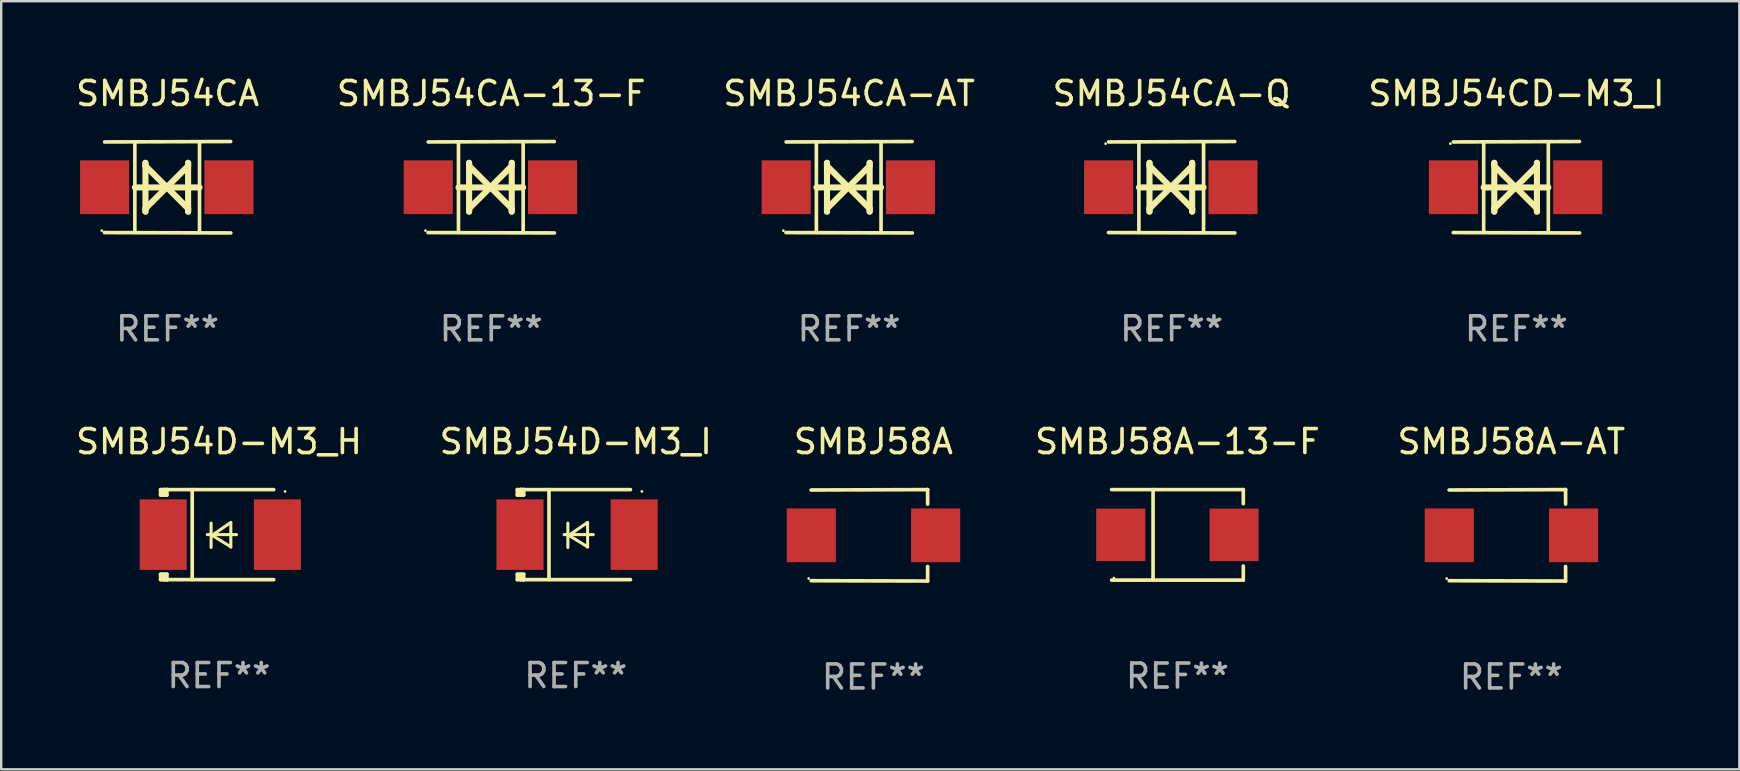
<source format=kicad_pcb>
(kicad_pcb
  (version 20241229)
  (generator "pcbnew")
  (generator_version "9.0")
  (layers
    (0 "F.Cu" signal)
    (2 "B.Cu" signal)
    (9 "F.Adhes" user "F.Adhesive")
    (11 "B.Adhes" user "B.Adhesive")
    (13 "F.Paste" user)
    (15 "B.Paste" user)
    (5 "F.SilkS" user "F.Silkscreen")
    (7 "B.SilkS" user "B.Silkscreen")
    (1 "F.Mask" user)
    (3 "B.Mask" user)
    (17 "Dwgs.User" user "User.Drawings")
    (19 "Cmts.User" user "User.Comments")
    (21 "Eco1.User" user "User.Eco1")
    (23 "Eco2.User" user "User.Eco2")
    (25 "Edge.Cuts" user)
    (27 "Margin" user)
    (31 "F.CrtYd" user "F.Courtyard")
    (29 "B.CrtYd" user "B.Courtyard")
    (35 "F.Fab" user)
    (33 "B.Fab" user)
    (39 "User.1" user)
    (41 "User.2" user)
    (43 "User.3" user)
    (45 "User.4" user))
  (footprint "SMBJ54CD-M3_I"
    (layer "F.Cu")
    (at 60.149 4.753)
    (property "Reference" "SMBJ54CD-M3_I" (at 0 -3.905 0) (layer "F.SilkS") (effects (font (size 1 1) (thickness 0.15))))
    (attr through_hole)
    (fp_line (start -1.365 1.886) (end -1.365 -1.886) (stroke (width 0.152) (type solid)) (layer "F.SilkS"))
    (fp_line (start -1.365 0.008) (end 1.33 0.008) (stroke (width 0.254) (type solid)) (layer "F.SilkS"))
    (fp_line (start -0.923 -1.016) (end -0.923 1.016) (stroke (width 0.254) (type solid)) (layer "F.SilkS"))
    (fp_line (start -0.923 -0.889) (end -0.923 -1.016) (stroke (width 0.254) (type solid)) (layer "F.SilkS"))
    (fp_line (start -0.923 0.889) (end -0.034 0) (stroke (width 0.254) (type solid)) (layer "F.SilkS"))
    (fp_line (start -0.923 1.016) (end -0.923 0.889) (stroke (width 0.254) (type solid)) (layer "F.SilkS"))
    (fp_line (start -0.034 0) (end -0.923 -0.889) (stroke (width 0.254) (type solid)) (layer "F.SilkS"))
    (fp_line (start -0.034 0) (end 0.855 0.889) (stroke (width 0.254) (type solid)) (layer "F.SilkS"))
    (fp_line (start 0.855 -1.016) (end 0.855 -0.889) (stroke (width 0.254) (type solid)) (layer "F.SilkS"))
    (fp_line (start 0.855 -0.889) (end -0.034 0) (stroke (width 0.254) (type solid)) (layer "F.SilkS"))
    (fp_line (start 0.855 0.889) (end 0.855 1.016) (stroke (width 0.254) (type solid)) (layer "F.SilkS"))
    (fp_line (start 0.855 1.016) (end 0.855 -1.016) (stroke (width 0.254) (type solid)) (layer "F.SilkS"))
    (fp_line (start 1.33 1.886) (end 1.33 -1.886) (stroke (width 0.152) (type solid)) (layer "F.SilkS"))
    (fp_line (start 2.629 -1.905) (end -2.625 -1.887) (stroke (width 0.152) (type solid)) (layer "F.SilkS"))
    (fp_line (start 2.633 1.905) (end -2.633 1.89) (stroke (width 0.152) (type solid)) (layer "F.SilkS"))
    (fp_circle (center -2.753 -1.816) (end -2.723 -1.816) (stroke (width 0.06) (type solid)) (fill no) (layer "F.SilkS"))
    (fp_text user "REF**" (at 0 5.905 0) (layer "F.Fab") (effects (font (size 1 1) (thickness 0.15))))
    (pad "1" smd rect (at -2.625 0) (size 2.047 2.241) (layers "F.Cu" "F.Mask" "F.Paste"))
    (pad "2" smd rect (at 2.557 0) (size 2.047 2.241) (layers "F.Cu" "F.Mask" "F.Paste")))
  (footprint "SMBJ54D-M3_I"
    (layer "F.Cu")
    (at 20.946 19.231)
    (property "Reference" "SMBJ54D-M3_I" (at 0 -3.876 0) (layer "F.SilkS") (effects (font (size 1 1) (thickness 0.15))))
    (attr through_hole)
    (fp_line (start -2.435 1.65) (end -2.171 1.65) (stroke (width 0.152) (type solid)) (layer "F.SilkS"))
    (fp_line (start -2.435 1.876) (end -2.435 1.65) (stroke (width 0.152) (type solid)) (layer "F.SilkS"))
    (fp_line (start -2.435 -1.876) (end -2.171 -1.876) (stroke (width 0.152) (type solid)) (layer "F.SilkS"))
    (fp_line (start -2.435 -1.65) (end -2.435 -1.876) (stroke (width 0.152) (type solid)) (layer "F.SilkS"))
    (fp_line (start -2.305 -1.866) (end -2.295 -1.876) (stroke (width 0.152) (type solid)) (layer "F.SilkS"))
    (fp_line (start -2.305 -1.65) (end -2.305 -1.866) (stroke (width 0.152) (type solid)) (layer "F.SilkS"))
    (fp_line (start -2.305 1.876) (end -2.305 1.65) (stroke (width 0.152) (type solid)) (layer "F.SilkS"))
    (fp_line (start -2.295 -1.876) (end -2.295 -1.65) (stroke (width 0.152) (type solid)) (layer "F.SilkS"))
    (fp_line (start -2.171 1.876) (end -2.435 1.876) (stroke (width 0.152) (type solid)) (layer "F.SilkS"))
    (fp_line (start -2.171 -1.65) (end -2.435 -1.65) (stroke (width 0.152) (type solid)) (layer "F.SilkS"))
    (fp_line (start -2.171 -1.876) (end -2.295 -1.876) (stroke (width 0.152) (type solid)) (layer "F.SilkS"))
    (fp_line (start -2.171 -1.65) (end -2.171 -1.876) (stroke (width 0.152) (type solid)) (layer "F.SilkS"))
    (fp_line (start -2.171 1.876) (end -2.305 1.876) (stroke (width 0.152) (type solid)) (layer "F.SilkS"))
    (fp_line (start -2.171 1.876) (end -2.171 1.65) (stroke (width 0.152) (type solid)) (layer "F.SilkS"))
    (fp_line (start -1.116 1.876) (end -1.116 -1.876) (stroke (width 0.152) (type solid)) (layer "F.SilkS"))
    (fp_line (start -0.488 0.000102) (end 0.731 0.000102) (stroke (width 0.127) (type solid)) (layer "F.SilkS"))
    (fp_line (start -0.329 -0.48) (end -0.329 0.536) (stroke (width 0.127) (type solid)) (layer "F.SilkS"))
    (fp_line (start -0.29 0.03) (end 0.493 0.51) (stroke (width 0.127) (type solid)) (layer "F.SilkS"))
    (fp_line (start 0.493 -0.51) (end -0.29 0.03) (stroke (width 0.127) (type solid)) (layer "F.SilkS"))
    (fp_line (start 0.493 0.52) (end 0.493 -0.496) (stroke (width 0.127) (type solid)) (layer "F.SilkS"))
    (fp_line (start 2.281 -1.876) (end -2.171 -1.876) (stroke (width 0.152) (type solid)) (layer "F.SilkS"))
    (fp_line (start 2.281 1.876) (end -2.171 1.876) (stroke (width 0.152) (type solid)) (layer "F.SilkS"))
    (fp_circle (center 2.755 -1.8) (end 2.785 -1.8) (stroke (width 0.06) (type solid)) (fill no) (layer "F.SilkS"))
    (fp_text user "REF**" (at 0 5.876 0) (layer "F.Fab") (effects (font (size 1 1) (thickness 0.15))))
    (pad "1" smd rect (at 2.435 -0.000025 180) (size 1.96 2.94) (layers "F.Cu" "F.Mask" "F.Paste"))
    (pad "2" smd rect (at -2.325 -0.000025 180) (size 1.96 2.94) (layers "F.Cu" "F.Mask" "F.Paste")))
  (footprint "SMBJ54CA-Q"
    (layer "F.Cu")
    (at 45.78 4.753)
    (property "Reference" "SMBJ54CA-Q" (at 0 -3.905 0) (layer "F.SilkS") (effects (font (size 1 1) (thickness 0.15))))
    (attr through_hole)
    (fp_line (start -1.365 1.886) (end -1.365 -1.886) (stroke (width 0.152) (type solid)) (layer "F.SilkS"))
    (fp_line (start -1.365 0.008) (end 1.33 0.008) (stroke (width 0.254) (type solid)) (layer "F.SilkS"))
    (fp_line (start -0.923 -1.016) (end -0.923 1.016) (stroke (width 0.254) (type solid)) (layer "F.SilkS"))
    (fp_line (start -0.923 -0.889) (end -0.923 -1.016) (stroke (width 0.254) (type solid)) (layer "F.SilkS"))
    (fp_line (start -0.923 0.889) (end -0.034 0) (stroke (width 0.254) (type solid)) (layer "F.SilkS"))
    (fp_line (start -0.923 1.016) (end -0.923 0.889) (stroke (width 0.254) (type solid)) (layer "F.SilkS"))
    (fp_line (start -0.034 0) (end -0.923 -0.889) (stroke (width 0.254) (type solid)) (layer "F.SilkS"))
    (fp_line (start -0.034 0) (end 0.855 0.889) (stroke (width 0.254) (type solid)) (layer "F.SilkS"))
    (fp_line (start 0.855 -1.016) (end 0.855 -0.889) (stroke (width 0.254) (type solid)) (layer "F.SilkS"))
    (fp_line (start 0.855 -0.889) (end -0.034 0) (stroke (width 0.254) (type solid)) (layer "F.SilkS"))
    (fp_line (start 0.855 0.889) (end 0.855 1.016) (stroke (width 0.254) (type solid)) (layer "F.SilkS"))
    (fp_line (start 0.855 1.016) (end 0.855 -1.016) (stroke (width 0.254) (type solid)) (layer "F.SilkS"))
    (fp_line (start 1.33 1.886) (end 1.33 -1.886) (stroke (width 0.152) (type solid)) (layer "F.SilkS"))
    (fp_line (start 2.629 -1.905) (end -2.625 -1.887) (stroke (width 0.152) (type solid)) (layer "F.SilkS"))
    (fp_line (start 2.633 1.905) (end -2.633 1.89) (stroke (width 0.152) (type solid)) (layer "F.SilkS"))
    (fp_circle (center -2.753 -1.816) (end -2.723 -1.816) (stroke (width 0.06) (type solid)) (fill no) (layer "F.SilkS"))
    (fp_text user "REF**" (at 0 5.905 0) (layer "F.Fab") (effects (font (size 1 1) (thickness 0.15))))
    (pad "1" smd rect (at -2.625 0) (size 2.047 2.241) (layers "F.Cu" "F.Mask" "F.Paste"))
    (pad "2" smd rect (at 2.557 0) (size 2.047 2.241) (layers "F.Cu" "F.Mask" "F.Paste")))
  (footprint "SMBJ58A"
    (layer "F.Cu")
    (at 33.35 19.26)
    (property "Reference" "SMBJ58A" (at 0 -3.905 0) (layer "F.SilkS") (effects (font (size 1 1) (thickness 0.15))))
    (attr through_hole)
    (fp_line (start 2.256 -1.905) (end -2.594 -1.889) (stroke (width 0.152) (type solid)) (layer "F.SilkS"))
    (fp_line (start 2.256 -1.905) (end 2.26 -1.905) (stroke (width 0.152) (type solid)) (layer "F.SilkS"))
    (fp_line (start 2.26 -1.905) (end 2.26 -1.301) (stroke (width 0.152) (type solid)) (layer "F.SilkS"))
    (fp_line (start 2.26 1.301) (end 2.26 1.905) (stroke (width 0.152) (type solid)) (layer "F.SilkS"))
    (fp_line (start 2.26 1.905) (end -2.59 1.892) (stroke (width 0.152) (type solid)) (layer "F.SilkS"))
    (fp_circle (center -2.697 1.8) (end -2.667 1.8) (stroke (width 0.06) (type solid)) (fill no) (layer "F.SilkS"))
    (fp_text user "REF**" (at 0 5.905 0) (layer "F.Fab") (effects (font (size 1 1) (thickness 0.15))))
    (pad "1" smd rect (at -2.588 0) (size 2.047 2.241) (layers "F.Cu" "F.Mask" "F.Paste"))
    (pad "2" smd rect (at 2.594 0) (size 2.047 2.241) (layers "F.Cu" "F.Mask" "F.Paste")))
  (footprint "SMBJ54CA"
    (layer "F.Cu")
    (at 3.935 4.753)
    (property "Reference" "SMBJ54CA" (at 0 -3.905 0) (layer "F.SilkS") (effects (font (size 1 1) (thickness 0.15))))
    (attr through_hole)
    (fp_line (start -1.365 1.886) (end -1.365 -1.886) (stroke (width 0.152) (type solid)) (layer "F.SilkS"))
    (fp_line (start -1.365 0.008) (end 1.33 0.008) (stroke (width 0.254) (type solid)) (layer "F.SilkS"))
    (fp_line (start -0.923 -1.016) (end -0.923 1.016) (stroke (width 0.254) (type solid)) (layer "F.SilkS"))
    (fp_line (start -0.923 -0.889) (end -0.923 -1.016) (stroke (width 0.254) (type solid)) (layer "F.SilkS"))
    (fp_line (start -0.923 0.889) (end -0.034 0) (stroke (width 0.254) (type solid)) (layer "F.SilkS"))
    (fp_line (start -0.923 1.016) (end -0.923 0.889) (stroke (width 0.254) (type solid)) (layer "F.SilkS"))
    (fp_line (start -0.034 0) (end -0.923 -0.889) (stroke (width 0.254) (type solid)) (layer "F.SilkS"))
    (fp_line (start -0.034 0) (end 0.855 0.889) (stroke (width 0.254) (type solid)) (layer "F.SilkS"))
    (fp_line (start 0.855 -1.016) (end 0.855 -0.889) (stroke (width 0.254) (type solid)) (layer "F.SilkS"))
    (fp_line (start 0.855 -0.889) (end -0.034 0) (stroke (width 0.254) (type solid)) (layer "F.SilkS"))
    (fp_line (start 0.855 0.889) (end 0.855 1.016) (stroke (width 0.254) (type solid)) (layer "F.SilkS"))
    (fp_line (start 0.855 1.016) (end 0.855 -1.016) (stroke (width 0.254) (type solid)) (layer "F.SilkS"))
    (fp_line (start 1.33 1.886) (end 1.33 -1.886) (stroke (width 0.152) (type solid)) (layer "F.SilkS"))
    (fp_line (start 2.629 -1.905) (end -2.625 -1.887) (stroke (width 0.152) (type solid)) (layer "F.SilkS"))
    (fp_line (start 2.633 1.905) (end -2.633 1.89) (stroke (width 0.152) (type solid)) (layer "F.SilkS"))
    (fp_circle (center -2.741 1.81) (end -2.711 1.81) (stroke (width 0.06) (type solid)) (fill no) (layer "F.SilkS"))
    (fp_text user "REF**" (at 0 5.905 0) (layer "F.Fab") (effects (font (size 1 1) (thickness 0.15))))
    (pad "1" smd rect (at -2.625 0) (size 2.047 2.241) (layers "F.Cu" "F.Mask" "F.Paste"))
    (pad "2" smd rect (at 2.557 0) (size 2.047 2.241) (layers "F.Cu" "F.Mask" "F.Paste")))
  (footprint "SMBJ54CA-AT"
    (layer "F.Cu")
    (at 32.339 4.753)
    (property "Reference" "SMBJ54CA-AT" (at 0 -3.905 0) (layer "F.SilkS") (effects (font (size 1 1) (thickness 0.15))))
    (attr through_hole)
    (fp_line (start -1.365 1.886) (end -1.365 -1.886) (stroke (width 0.152) (type solid)) (layer "F.SilkS"))
    (fp_line (start -1.365 0.008) (end 1.33 0.008) (stroke (width 0.254) (type solid)) (layer "F.SilkS"))
    (fp_line (start -0.923 -1.016) (end -0.923 1.016) (stroke (width 0.254) (type solid)) (layer "F.SilkS"))
    (fp_line (start -0.923 -0.889) (end -0.923 -1.016) (stroke (width 0.254) (type solid)) (layer "F.SilkS"))
    (fp_line (start -0.923 0.889) (end -0.034 0) (stroke (width 0.254) (type solid)) (layer "F.SilkS"))
    (fp_line (start -0.923 1.016) (end -0.923 0.889) (stroke (width 0.254) (type solid)) (layer "F.SilkS"))
    (fp_line (start -0.034 0) (end -0.923 -0.889) (stroke (width 0.254) (type solid)) (layer "F.SilkS"))
    (fp_line (start -0.034 0) (end 0.855 0.889) (stroke (width 0.254) (type solid)) (layer "F.SilkS"))
    (fp_line (start 0.855 -1.016) (end 0.855 -0.889) (stroke (width 0.254) (type solid)) (layer "F.SilkS"))
    (fp_line (start 0.855 -0.889) (end -0.034 0) (stroke (width 0.254) (type solid)) (layer "F.SilkS"))
    (fp_line (start 0.855 0.889) (end 0.855 1.016) (stroke (width 0.254) (type solid)) (layer "F.SilkS"))
    (fp_line (start 0.855 1.016) (end 0.855 -1.016) (stroke (width 0.254) (type solid)) (layer "F.SilkS"))
    (fp_line (start 1.33 1.886) (end 1.33 -1.886) (stroke (width 0.152) (type solid)) (layer "F.SilkS"))
    (fp_line (start 2.629 -1.905) (end -2.625 -1.887) (stroke (width 0.152) (type solid)) (layer "F.SilkS"))
    (fp_line (start 2.633 1.905) (end -2.633 1.89) (stroke (width 0.152) (type solid)) (layer "F.SilkS"))
    (fp_circle (center -2.741 1.81) (end -2.711 1.81) (stroke (width 0.06) (type solid)) (fill no) (layer "F.SilkS"))
    (fp_text user "REF**" (at 0 5.905 0) (layer "F.Fab") (effects (font (size 1 1) (thickness 0.15))))
    (pad "1" smd rect (at -2.625 0) (size 2.047 2.241) (layers "F.Cu" "F.Mask" "F.Paste"))
    (pad "2" smd rect (at 2.557 0) (size 2.047 2.241) (layers "F.Cu" "F.Mask" "F.Paste")))
  (footprint "SMBJ54D-M3_H"
    (layer "F.Cu")
    (at 6.077 19.231)
    (property "Reference" "SMBJ54D-M3_H" (at 0 -3.876 0) (layer "F.SilkS") (effects (font (size 1 1) (thickness 0.15))))
    (attr through_hole)
    (fp_line (start -2.435 1.65) (end -2.171 1.65) (stroke (width 0.152) (type solid)) (layer "F.SilkS"))
    (fp_line (start -2.435 1.876) (end -2.435 1.65) (stroke (width 0.152) (type solid)) (layer "F.SilkS"))
    (fp_line (start -2.435 -1.876) (end -2.171 -1.876) (stroke (width 0.152) (type solid)) (layer "F.SilkS"))
    (fp_line (start -2.435 -1.65) (end -2.435 -1.876) (stroke (width 0.152) (type solid)) (layer "F.SilkS"))
    (fp_line (start -2.305 -1.866) (end -2.295 -1.876) (stroke (width 0.152) (type solid)) (layer "F.SilkS"))
    (fp_line (start -2.305 -1.65) (end -2.305 -1.866) (stroke (width 0.152) (type solid)) (layer "F.SilkS"))
    (fp_line (start -2.305 1.876) (end -2.305 1.65) (stroke (width 0.152) (type solid)) (layer "F.SilkS"))
    (fp_line (start -2.295 -1.876) (end -2.295 -1.65) (stroke (width 0.152) (type solid)) (layer "F.SilkS"))
    (fp_line (start -2.171 1.876) (end -2.435 1.876) (stroke (width 0.152) (type solid)) (layer "F.SilkS"))
    (fp_line (start -2.171 -1.65) (end -2.435 -1.65) (stroke (width 0.152) (type solid)) (layer "F.SilkS"))
    (fp_line (start -2.171 -1.876) (end -2.295 -1.876) (stroke (width 0.152) (type solid)) (layer "F.SilkS"))
    (fp_line (start -2.171 -1.65) (end -2.171 -1.876) (stroke (width 0.152) (type solid)) (layer "F.SilkS"))
    (fp_line (start -2.171 1.876) (end -2.305 1.876) (stroke (width 0.152) (type solid)) (layer "F.SilkS"))
    (fp_line (start -2.171 1.876) (end -2.171 1.65) (stroke (width 0.152) (type solid)) (layer "F.SilkS"))
    (fp_line (start -1.116 1.876) (end -1.116 -1.876) (stroke (width 0.152) (type solid)) (layer "F.SilkS"))
    (fp_line (start -0.488 0.000102) (end 0.731 0.000102) (stroke (width 0.127) (type solid)) (layer "F.SilkS"))
    (fp_line (start -0.329 -0.48) (end -0.329 0.536) (stroke (width 0.127) (type solid)) (layer "F.SilkS"))
    (fp_line (start -0.29 0.03) (end 0.493 0.51) (stroke (width 0.127) (type solid)) (layer "F.SilkS"))
    (fp_line (start 0.493 -0.51) (end -0.29 0.03) (stroke (width 0.127) (type solid)) (layer "F.SilkS"))
    (fp_line (start 0.493 0.52) (end 0.493 -0.496) (stroke (width 0.127) (type solid)) (layer "F.SilkS"))
    (fp_line (start 2.281 -1.876) (end -2.171 -1.876) (stroke (width 0.152) (type solid)) (layer "F.SilkS"))
    (fp_line (start 2.281 1.876) (end -2.171 1.876) (stroke (width 0.152) (type solid)) (layer "F.SilkS"))
    (fp_circle (center 2.755 -1.8) (end 2.785 -1.8) (stroke (width 0.06) (type solid)) (fill no) (layer "F.SilkS"))
    (fp_text user "REF**" (at 0 5.876 0) (layer "F.Fab") (effects (font (size 1 1) (thickness 0.15))))
    (pad "1" smd rect (at 2.435 -0.000025 180) (size 1.96 2.94) (layers "F.Cu" "F.Mask" "F.Paste"))
    (pad "2" smd rect (at -2.325 -0.000025 180) (size 1.96 2.94) (layers "F.Cu" "F.Mask" "F.Paste")))
  (footprint "SMBJ58A-13-F"
    (layer "F.Cu")
    (at 46.022 19.241)
    (property "Reference" "SMBJ58A-13-F" (at 0 -3.886 0) (layer "F.SilkS") (effects (font (size 1 1) (thickness 0.15))))
    (attr through_hole)
    (fp_line (start -2.744 -1.886) (end 2.744 -1.886) (stroke (width 0.152) (type solid)) (layer "F.SilkS"))
    (fp_line (start -2.744 1.886) (end 2.744 1.886) (stroke (width 0.152) (type solid)) (layer "F.SilkS"))
    (fp_line (start -1.016 -1.886) (end -1.016 1.886) (stroke (width 0.152) (type solid)) (layer "F.SilkS"))
    (fp_line (start 2.744 -1.886) (end 2.744 -1.299) (stroke (width 0.152) (type solid)) (layer "F.SilkS"))
    (fp_line (start 2.744 1.886) (end 2.744 1.299) (stroke (width 0.152) (type solid)) (layer "F.SilkS"))
    (fp_circle (center -2.65 1.8) (end -2.62 1.8) (stroke (width 0.06) (type solid)) (fill no) (layer "F.SilkS"))
    (fp_text user "REF**" (at 0 5.886 0) (layer "F.Fab") (effects (font (size 1 1) (thickness 0.15))))
    (pad "1" smd rect (at -2.361 0) (size 2.047 2.192) (layers "F.Cu" "F.Mask" "F.Paste"))
    (pad "2" smd rect (at 2.361 0) (size 2.047 2.192) (layers "F.Cu" "F.Mask" "F.Paste")))
  (footprint "SMBJ54CA-13-F"
    (layer "F.Cu")
    (at 17.423 4.753)
    (property "Reference" "SMBJ54CA-13-F" (at 0 -3.905 0) (layer "F.SilkS") (effects (font (size 1 1) (thickness 0.15))))
    (attr through_hole)
    (fp_line (start -1.365 1.886) (end -1.365 -1.886) (stroke (width 0.152) (type solid)) (layer "F.SilkS"))
    (fp_line (start -1.365 0.008) (end 1.33 0.008) (stroke (width 0.254) (type solid)) (layer "F.SilkS"))
    (fp_line (start -0.923 -1.016) (end -0.923 1.016) (stroke (width 0.254) (type solid)) (layer "F.SilkS"))
    (fp_line (start -0.923 -0.889) (end -0.923 -1.016) (stroke (width 0.254) (type solid)) (layer "F.SilkS"))
    (fp_line (start -0.923 0.889) (end -0.034 0) (stroke (width 0.254) (type solid)) (layer "F.SilkS"))
    (fp_line (start -0.923 1.016) (end -0.923 0.889) (stroke (width 0.254) (type solid)) (layer "F.SilkS"))
    (fp_line (start -0.034 0) (end -0.923 -0.889) (stroke (width 0.254) (type solid)) (layer "F.SilkS"))
    (fp_line (start -0.034 0) (end 0.855 0.889) (stroke (width 0.254) (type solid)) (layer "F.SilkS"))
    (fp_line (start 0.855 -1.016) (end 0.855 -0.889) (stroke (width 0.254) (type solid)) (layer "F.SilkS"))
    (fp_line (start 0.855 -0.889) (end -0.034 0) (stroke (width 0.254) (type solid)) (layer "F.SilkS"))
    (fp_line (start 0.855 0.889) (end 0.855 1.016) (stroke (width 0.254) (type solid)) (layer "F.SilkS"))
    (fp_line (start 0.855 1.016) (end 0.855 -1.016) (stroke (width 0.254) (type solid)) (layer "F.SilkS"))
    (fp_line (start 1.33 1.886) (end 1.33 -1.886) (stroke (width 0.152) (type solid)) (layer "F.SilkS"))
    (fp_line (start 2.629 -1.905) (end -2.625 -1.887) (stroke (width 0.152) (type solid)) (layer "F.SilkS"))
    (fp_line (start 2.633 1.905) (end -2.633 1.89) (stroke (width 0.152) (type solid)) (layer "F.SilkS"))
    (fp_circle (center -2.741 1.81) (end -2.711 1.81) (stroke (width 0.06) (type solid)) (fill no) (layer "F.SilkS"))
    (fp_text user "REF**" (at 0 5.905 0) (layer "F.Fab") (effects (font (size 1 1) (thickness 0.15))))
    (pad "1" smd rect (at -2.625 0) (size 2.047 2.241) (layers "F.Cu" "F.Mask" "F.Paste"))
    (pad "2" smd rect (at 2.557 0) (size 2.047 2.241) (layers "F.Cu" "F.Mask" "F.Paste")))
  (footprint "SMBJ58A-AT"
    (layer "F.Cu")
    (at 59.938 19.26)
    (property "Reference" "SMBJ58A-AT" (at 0 -3.905 0) (layer "F.SilkS") (effects (font (size 1 1) (thickness 0.15))))
    (attr through_hole)
    (fp_line (start 2.256 -1.905) (end -2.594 -1.889) (stroke (width 0.152) (type solid)) (layer "F.SilkS"))
    (fp_line (start 2.256 -1.905) (end 2.26 -1.905) (stroke (width 0.152) (type solid)) (layer "F.SilkS"))
    (fp_line (start 2.26 -1.905) (end 2.26 -1.301) (stroke (width 0.152) (type solid)) (layer "F.SilkS"))
    (fp_line (start 2.26 1.301) (end 2.26 1.905) (stroke (width 0.152) (type solid)) (layer "F.SilkS"))
    (fp_line (start 2.26 1.905) (end -2.59 1.892) (stroke (width 0.152) (type solid)) (layer "F.SilkS"))
    (fp_circle (center -2.697 1.8) (end -2.667 1.8) (stroke (width 0.06) (type solid)) (fill no) (layer "F.SilkS"))
    (fp_text user "REF**" (at 0 5.905 0) (layer "F.Fab") (effects (font (size 1 1) (thickness 0.15))))
    (pad "1" smd rect (at -2.588 0) (size 2.047 2.241) (layers "F.Cu" "F.Mask" "F.Paste"))
    (pad "2" smd rect (at 2.594 0) (size 2.047 2.241) (layers "F.Cu" "F.Mask" "F.Paste")))
  (gr_rect
    (start -3 -3)
    (end 69.44 29.013)
    (stroke (width 0.1) (type default))
    (fill no)
    (layer "Edge.Cuts")))
</source>
